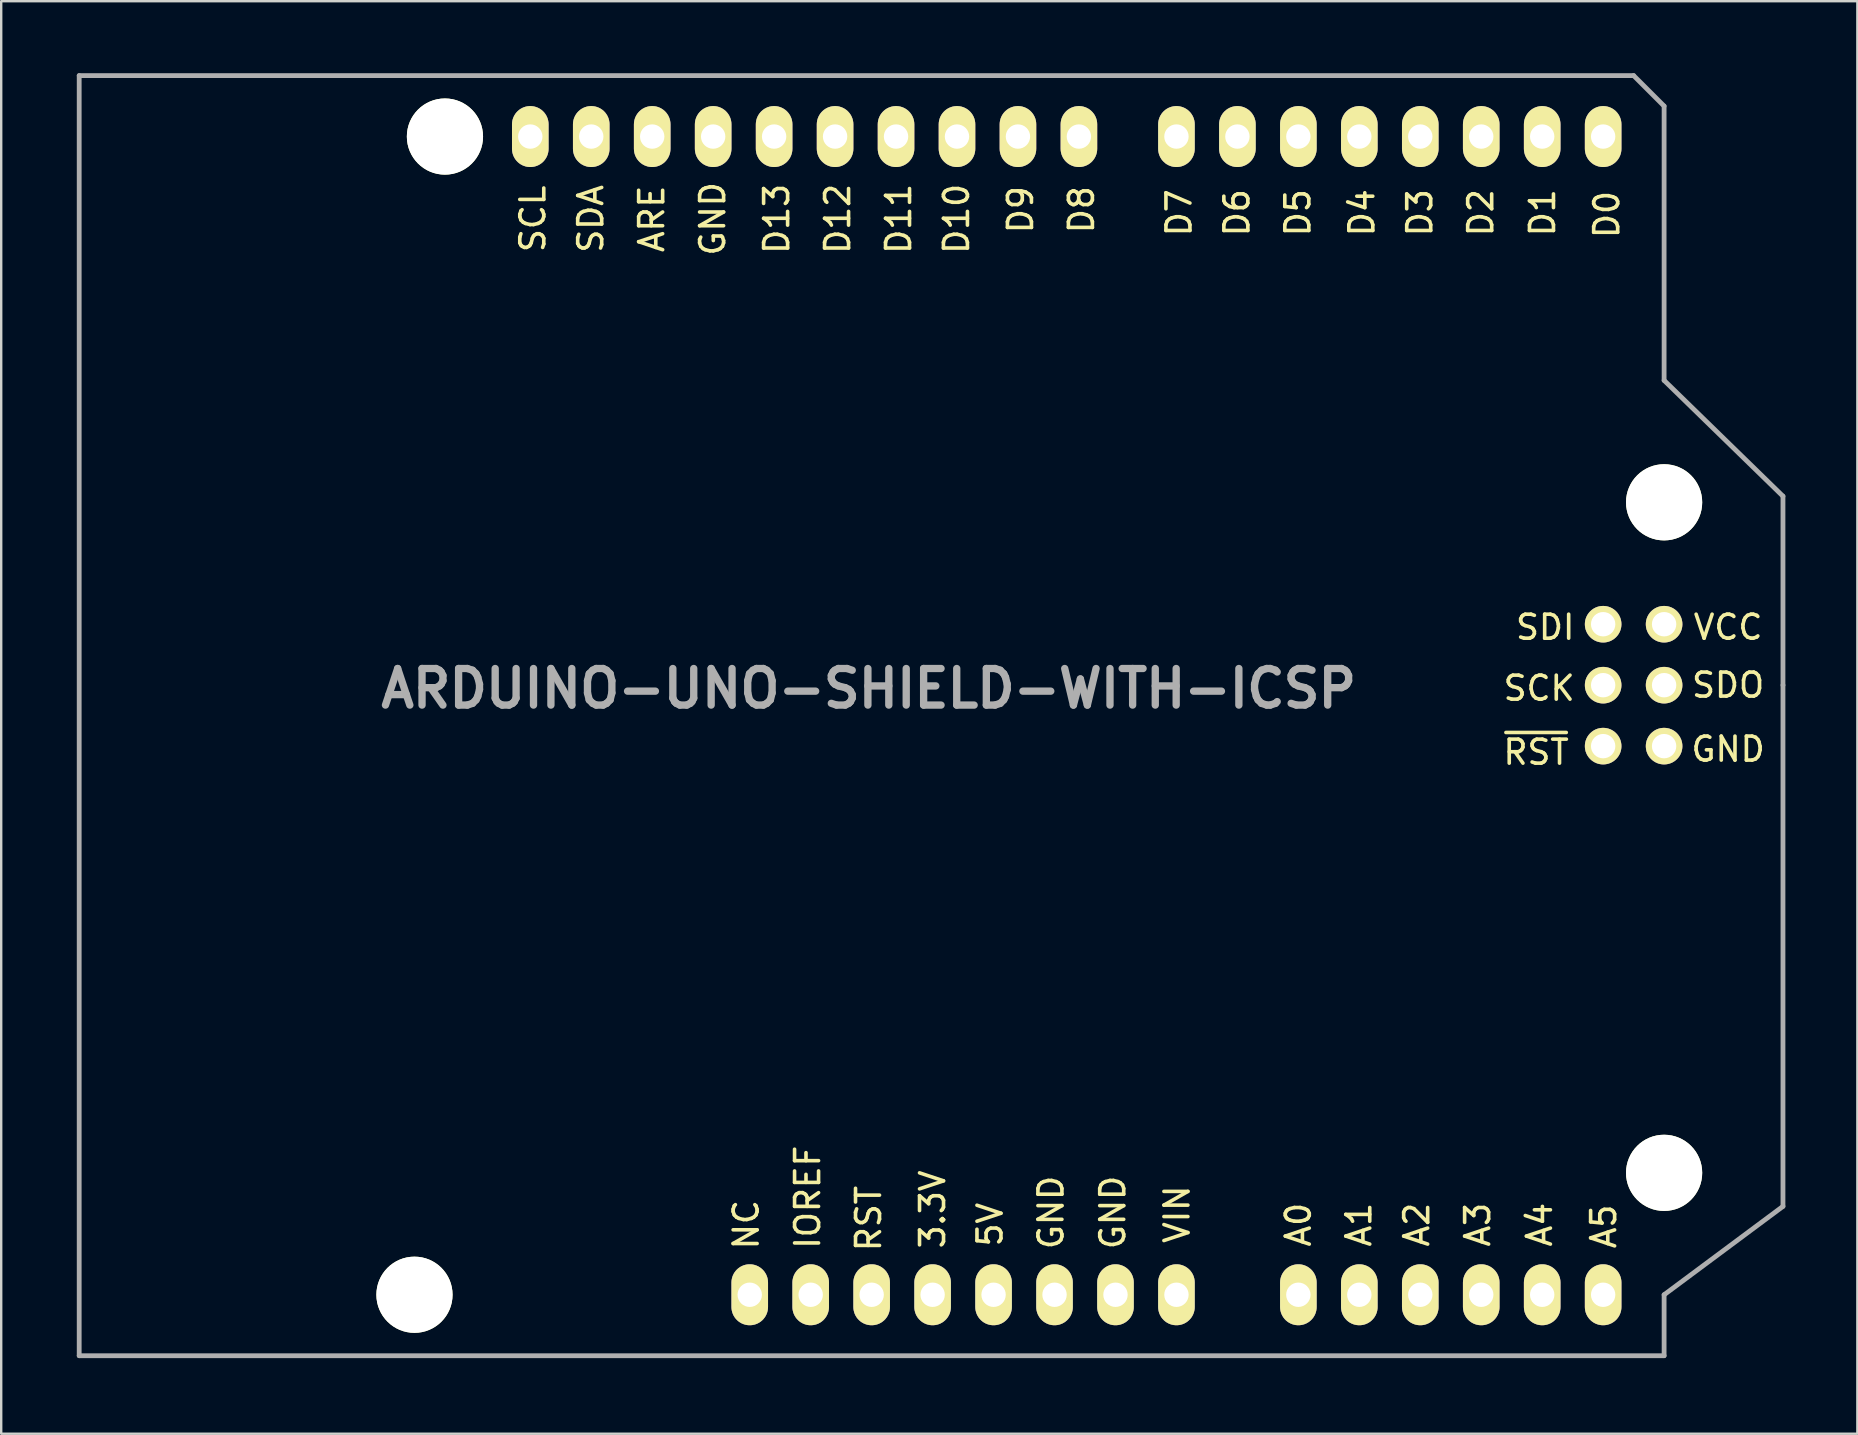
<source format=kicad_pcb>
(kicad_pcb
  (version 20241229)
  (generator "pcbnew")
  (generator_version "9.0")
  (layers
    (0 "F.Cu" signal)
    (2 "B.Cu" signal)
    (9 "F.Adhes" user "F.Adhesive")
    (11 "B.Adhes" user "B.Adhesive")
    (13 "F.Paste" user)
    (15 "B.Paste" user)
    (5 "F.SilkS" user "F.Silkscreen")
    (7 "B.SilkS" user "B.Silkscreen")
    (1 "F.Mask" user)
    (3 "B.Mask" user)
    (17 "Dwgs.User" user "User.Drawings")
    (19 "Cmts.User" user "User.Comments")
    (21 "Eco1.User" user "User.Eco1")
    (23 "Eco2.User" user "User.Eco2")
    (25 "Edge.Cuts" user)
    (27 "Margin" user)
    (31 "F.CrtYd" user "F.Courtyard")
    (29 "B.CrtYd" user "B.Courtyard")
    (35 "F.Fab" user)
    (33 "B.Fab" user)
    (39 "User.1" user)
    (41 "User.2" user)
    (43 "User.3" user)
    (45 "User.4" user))
  (footprint "ARDUINO-UNO-SHIELD-WITH-ICSP"
    (layer "F.Cu")
    (at 0.25 53.44)
    (property "Reference" "ARDUINO-UNO-SHIELD-WITH-ICSP" (at 32.9 -27.8 0) (layer "F.Fab") (effects (font (size 1.524 1.524) (thickness 0.305))))
    (attr smd)
    (fp_line (start 0 0) (end 0 -53.34) (stroke (width 0.2) (type solid)) (layer "F.Fab"))
    (fp_line (start 0 0) (end 66.04 0) (stroke (width 0.2) (type solid)) (layer "F.Fab"))
    (fp_line (start 64.77 -53.34) (end 0 -53.34) (stroke (width 0.2) (type solid)) (layer "F.Fab"))
    (fp_line (start 66.04 -52.07) (end 64.77 -53.34) (stroke (width 0.2) (type solid)) (layer "F.Fab"))
    (fp_line (start 66.04 -40.64) (end 66.04 -52.07) (stroke (width 0.2) (type solid)) (layer "F.Fab"))
    (fp_line (start 66.04 -40.64) (end 70.993 -35.814) (stroke (width 0.2) (type solid)) (layer "F.Fab"))
    (fp_line (start 66.04 -2.54) (end 66.04 0) (stroke (width 0.2) (type solid)) (layer "F.Fab"))
    (fp_line (start 66.04 -2.54) (end 70.993 -6.223) (stroke (width 0.2) (type solid)) (layer "F.Fab"))
    (fp_line (start 70.993 -35.814) (end 70.993 -27.94) (stroke (width 0.2) (type solid)) (layer "F.Fab"))
    (fp_line (start 70.993 -27.94) (end 70.993 -6.223) (stroke (width 0.2) (type solid)) (layer "F.Fab"))
    (fp_text user "3.3V" (at 35.56 -6.096 90) (layer "F.SilkS") (effects (font (size 1 1) (thickness 0.15))))
    (fp_text user "VCC" (at 68.707 -30.353 0) (layer "F.SilkS") (effects (font (size 1 1) (thickness 0.15))))
    (fp_text user "5V" (at 37.953 -5.461 90) (layer "F.SilkS") (effects (font (size 1 1) (thickness 0.15))))
    (fp_text user "A1" (at 53.32 -5.461 90) (layer "F.SilkS") (effects (font (size 1 1) (thickness 0.15))))
    (fp_text user "GND" (at 26.396 -47.371 90) (layer "F.SilkS") (effects (font (size 1 1) (thickness 0.15))))
    (fp_text user "D13" (at 29.063 -47.371 90) (layer "F.SilkS") (effects (font (size 1 1) (thickness 0.15))))
    (fp_text user "A5" (at 63.523 -5.386 90) (layer "F.SilkS") (effects (font (size 1 1) (thickness 0.15))))
    (fp_text user "D8" (at 41.763 -47.752 90) (layer "F.SilkS") (effects (font (size 1 1) (thickness 0.15))))
    (fp_text user "GND" (at 68.707 -25.273 0) (layer "F.SilkS") (effects (font (size 1 1) (thickness 0.15))))
    (fp_text user "D11" (at 34.143 -47.371 90) (layer "F.SilkS") (effects (font (size 1 1) (thickness 0.15))))
    (fp_text user "NC" (at 27.793 -5.461 90) (layer "F.SilkS") (effects (font (size 1 1) (thickness 0.15))))
    (fp_text user "SDI" (at 61.087 -30.353 0) (layer "F.SilkS") (effects (font (size 1 1) (thickness 0.15))))
    (fp_text user "D10" (at 36.556 -47.371 90) (layer "F.SilkS") (effects (font (size 1 1) (thickness 0.15))))
    (fp_text user "D2" (at 58.4 -47.625 90) (layer "F.SilkS") (effects (font (size 1 1) (thickness 0.15))))
    (fp_text user "ARE" (at 23.856 -47.371 90) (layer "F.SilkS") (effects (font (size 1 1) (thickness 0.15))))
    (fp_text user "GND" (at 40.493 -5.969 90) (layer "F.SilkS") (effects (font (size 1 1) (thickness 0.15))))
    (fp_text user "D5" (at 50.78 -47.625 90) (layer "F.SilkS") (effects (font (size 1 1) (thickness 0.15))))
    (fp_text user "A0" (at 50.8 -5.461 90) (layer "F.SilkS") (effects (font (size 1 1) (thickness 0.15))))
    (fp_text user "RST" (at 32.893 -5.715 90) (layer "F.SilkS") (effects (font (size 1 1) (thickness 0.15))))
    (fp_text user "D0" (at 63.65 -47.55 90) (layer "F.SilkS") (effects (font (size 1 1) (thickness 0.15))))
    (fp_text user "VIN" (at 45.743 -5.894 90) (layer "F.SilkS") (effects (font (size 1 1) (thickness 0.15))))
    (fp_text user "SCK" (at 60.833 -27.813 0) (layer "F.SilkS") (effects (font (size 1 1) (thickness 0.15))))
    (fp_text user "SDA" (at 21.316 -47.371 90) (layer "F.SilkS") (effects (font (size 1 1) (thickness 0.15))))
    (fp_text user "SCL" (at 18.903 -47.371 90) (layer "F.SilkS") (effects (font (size 1 1) (thickness 0.15))))
    (fp_text user "D12" (at 31.603 -47.371 90) (layer "F.SilkS") (effects (font (size 1 1) (thickness 0.15))))
    (fp_text user "D1" (at 60.975 -47.625 90) (layer "F.SilkS") (effects (font (size 1 1) (thickness 0.15))))
    (fp_text user "D7" (at 45.827 -47.625 90) (layer "F.SilkS") (effects (font (size 1 1) (thickness 0.15))))
    (fp_text user "GND" (at 43.068 -5.969 90) (layer "F.SilkS") (effects (font (size 1 1) (thickness 0.15))))
    (fp_text user "A4" (at 60.848 -5.461 90) (layer "F.SilkS") (effects (font (size 1 1) (thickness 0.15))))
    (fp_text user "~{RST}" (at 60.706 -25.146 0) (layer "F.SilkS") (effects (font (size 1 1) (thickness 0.15))))
    (fp_text user "D6" (at 48.24 -47.625 90) (layer "F.SilkS") (effects (font (size 1 1) (thickness 0.15))))
    (fp_text user "D4" (at 53.447 -47.625 90) (layer "F.SilkS") (effects (font (size 1 1) (thickness 0.15))))
    (fp_text user "D3" (at 55.86 -47.625 90) (layer "F.SilkS") (effects (font (size 1 1) (thickness 0.15))))
    (fp_text user "SDO" (at 68.707 -27.94 0) (layer "F.SilkS") (effects (font (size 1 1) (thickness 0.15))))
    (fp_text user "A2" (at 55.733 -5.461 90) (layer "F.SilkS") (effects (font (size 1 1) (thickness 0.15))))
    (fp_text user "D9" (at 39.223 -47.752 90) (layer "F.SilkS") (effects (font (size 1 1) (thickness 0.15))))
    (fp_text user "A3" (at 58.273 -5.461 90) (layer "F.SilkS") (effects (font (size 1 1) (thickness 0.15))))
    (fp_text user "IOREF" (at 30.353 -6.604 90) (layer "F.SilkS") (effects (font (size 1 1) (thickness 0.15))))
    (pad "" np_thru_hole circle (at 13.97 -2.54 90) (size 3.175 3.175) (drill 3.175) (layers "*.Cu" "*.Mask" "F.SilkS"))
    (pad "" np_thru_hole circle (at 15.24 -50.8 90) (size 3.175 3.175) (drill 3.175) (layers "*.Cu" "*.Mask" "F.SilkS"))
    (pad "" np_thru_hole circle (at 66.04 -35.56 90) (size 3.175 3.175) (drill 3.175) (layers "*.Cu" "*.Mask" "F.SilkS"))
    (pad "" np_thru_hole circle (at 66.04 -7.62 90) (size 3.175 3.175) (drill 3.175) (layers "*.Cu" "*.Mask" "F.SilkS"))
    (pad "3V3" thru_hole oval (at 35.56 -2.54 90) (size 2.54 1.524) (drill 1.016) (layers "*.Cu" "*.Mask" "F.SilkS"))
    (pad "5V" thru_hole oval (at 38.1 -2.54 90) (size 2.54 1.524) (drill 1.016) (layers "*.Cu" "*.Mask" "F.SilkS"))
    (pad "A0" thru_hole oval (at 50.8 -2.54 90) (size 2.54 1.524) (drill 1.016) (layers "*.Cu" "*.Mask" "F.SilkS"))
    (pad "A1" thru_hole oval (at 53.34 -2.54 90) (size 2.54 1.524) (drill 1.016) (layers "*.Cu" "*.Mask" "F.SilkS"))
    (pad "A2" thru_hole oval (at 55.88 -2.54 90) (size 2.54 1.524) (drill 1.016) (layers "*.Cu" "*.Mask" "F.SilkS"))
    (pad "A3" thru_hole oval (at 58.42 -2.54 90) (size 2.54 1.524) (drill 1.016) (layers "*.Cu" "*.Mask" "F.SilkS"))
    (pad "A4" thru_hole oval (at 60.96 -2.54 90) (size 2.54 1.524) (drill 1.016) (layers "*.Cu" "*.Mask" "F.SilkS"))
    (pad "A5" thru_hole oval (at 63.5 -2.54 90) (size 2.54 1.524) (drill 1.016) (layers "*.Cu" "*.Mask" "F.SilkS"))
    (pad "AREF" thru_hole oval (at 23.876 -50.8 90) (size 2.54 1.524) (drill 1.016) (layers "*.Cu" "*.Mask" "F.SilkS"))
    (pad "D0" thru_hole oval (at 63.5 -50.8 90) (size 2.54 1.524) (drill 1.016) (layers "*.Cu" "*.Mask" "F.SilkS"))
    (pad "D1" thru_hole oval (at 60.96 -50.8 90) (size 2.54 1.524) (drill 1.016) (layers "*.Cu" "*.Mask" "F.SilkS"))
    (pad "D2" thru_hole oval (at 58.42 -50.8 90) (size 2.54 1.524) (drill 1.016) (layers "*.Cu" "*.Mask" "F.SilkS"))
    (pad "D3" thru_hole oval (at 55.88 -50.8 90) (size 2.54 1.524) (drill 1.016) (layers "*.Cu" "*.Mask" "F.SilkS"))
    (pad "D4" thru_hole oval (at 53.34 -50.8 90) (size 2.54 1.524) (drill 1.016) (layers "*.Cu" "*.Mask" "F.SilkS"))
    (pad "D5" thru_hole oval (at 50.8 -50.8 90) (size 2.54 1.524) (drill 1.016) (layers "*.Cu" "*.Mask" "F.SilkS"))
    (pad "D6" thru_hole oval (at 48.26 -50.8 90) (size 2.54 1.524) (drill 1.016) (layers "*.Cu" "*.Mask" "F.SilkS"))
    (pad "D7" thru_hole oval (at 45.72 -50.8 90) (size 2.54 1.524) (drill 1.016) (layers "*.Cu" "*.Mask" "F.SilkS"))
    (pad "D8" thru_hole oval (at 41.656 -50.8 90) (size 2.54 1.524) (drill 1.016) (layers "*.Cu" "*.Mask" "F.SilkS"))
    (pad "D9" thru_hole oval (at 39.116 -50.8 90) (size 2.54 1.524) (drill 1.016) (layers "*.Cu" "*.Mask" "F.SilkS"))
    (pad "D10" thru_hole oval (at 36.576 -50.8 90) (size 2.54 1.524) (drill 1.016) (layers "*.Cu" "*.Mask" "F.SilkS"))
    (pad "D11" thru_hole oval (at 34.036 -50.8 90) (size 2.54 1.524) (drill 1.016) (layers "*.Cu" "*.Mask" "F.SilkS"))
    (pad "D12" thru_hole oval (at 31.496 -50.8 90) (size 2.54 1.524) (drill 1.016) (layers "*.Cu" "*.Mask" "F.SilkS"))
    (pad "D13" thru_hole oval (at 28.956 -50.8 90) (size 2.54 1.524) (drill 1.016) (layers "*.Cu" "*.Mask" "F.SilkS"))
    (pad "GND1" thru_hole oval (at 40.64 -2.54 90) (size 2.54 1.524) (drill 1.016) (layers "*.Cu" "*.Mask" "F.SilkS"))
    (pad "GND2" thru_hole oval (at 43.18 -2.54 90) (size 2.54 1.524) (drill 1.016) (layers "*.Cu" "*.Mask" "F.SilkS"))
    (pad "GND3" thru_hole oval (at 26.416 -50.8 90) (size 2.54 1.524) (drill 1.016) (layers "*.Cu" "*.Mask" "F.SilkS"))
    (pad "IO" thru_hole oval (at 30.48 -2.54 90) (size 2.54 1.524) (drill 1.016) (layers "*.Cu" "*.Mask" "F.SilkS"))
    (pad "NC" thru_hole oval (at 27.94 -2.54 90) (size 2.54 1.524) (drill 1.016) (layers "*.Cu" "*.Mask" "F.SilkS"))
    (pad "RST" thru_hole oval (at 33.02 -2.54 90) (size 2.54 1.524) (drill 1.016) (layers "*.Cu" "*.Mask" "F.SilkS"))
    (pad "SCL" thru_hole oval (at 18.796 -50.8 90) (size 2.54 1.524) (drill 1.016) (layers "*.Cu" "*.Mask" "F.SilkS"))
    (pad "SDA" thru_hole oval (at 21.336 -50.8 90) (size 2.54 1.524) (drill 1.016) (layers "*.Cu" "*.Mask" "F.SilkS"))
    (pad "SP1" thru_hole circle (at 63.5 -30.48 90) (size 1.524 1.524) (drill 1.016) (layers "*.Cu" "*.Mask" "F.SilkS"))
    (pad "SP2" thru_hole circle (at 66.04 -30.48 90) (size 1.524 1.524) (drill 1.016) (layers "*.Cu" "*.Mask" "F.SilkS"))
    (pad "SP3" thru_hole circle (at 63.5 -27.94 90) (size 1.524 1.524) (drill 1.016) (layers "*.Cu" "*.Mask" "F.SilkS"))
    (pad "SP4" thru_hole circle (at 66.04 -27.94 90) (size 1.524 1.524) (drill 1.016) (layers "*.Cu" "*.Mask" "F.SilkS"))
    (pad "SP5" thru_hole circle (at 63.5 -25.4 90) (size 1.524 1.524) (drill 1.016) (layers "*.Cu" "*.Mask" "F.SilkS"))
    (pad "SP6" thru_hole circle (at 66.04 -25.4 90) (size 1.524 1.524) (drill 1.016) (layers "*.Cu" "*.Mask" "F.SilkS"))
    (pad "VIN" thru_hole oval (at 45.72 -2.54 90) (size 2.54 1.524) (drill 1.016) (layers "*.Cu" "*.Mask" "F.SilkS")))
  (gr_rect
    (start -3 -3)
    (end 74.343 56.69)
    (stroke (width 0.1) (type default))
    (fill no)
    (layer "Edge.Cuts")))
</source>
